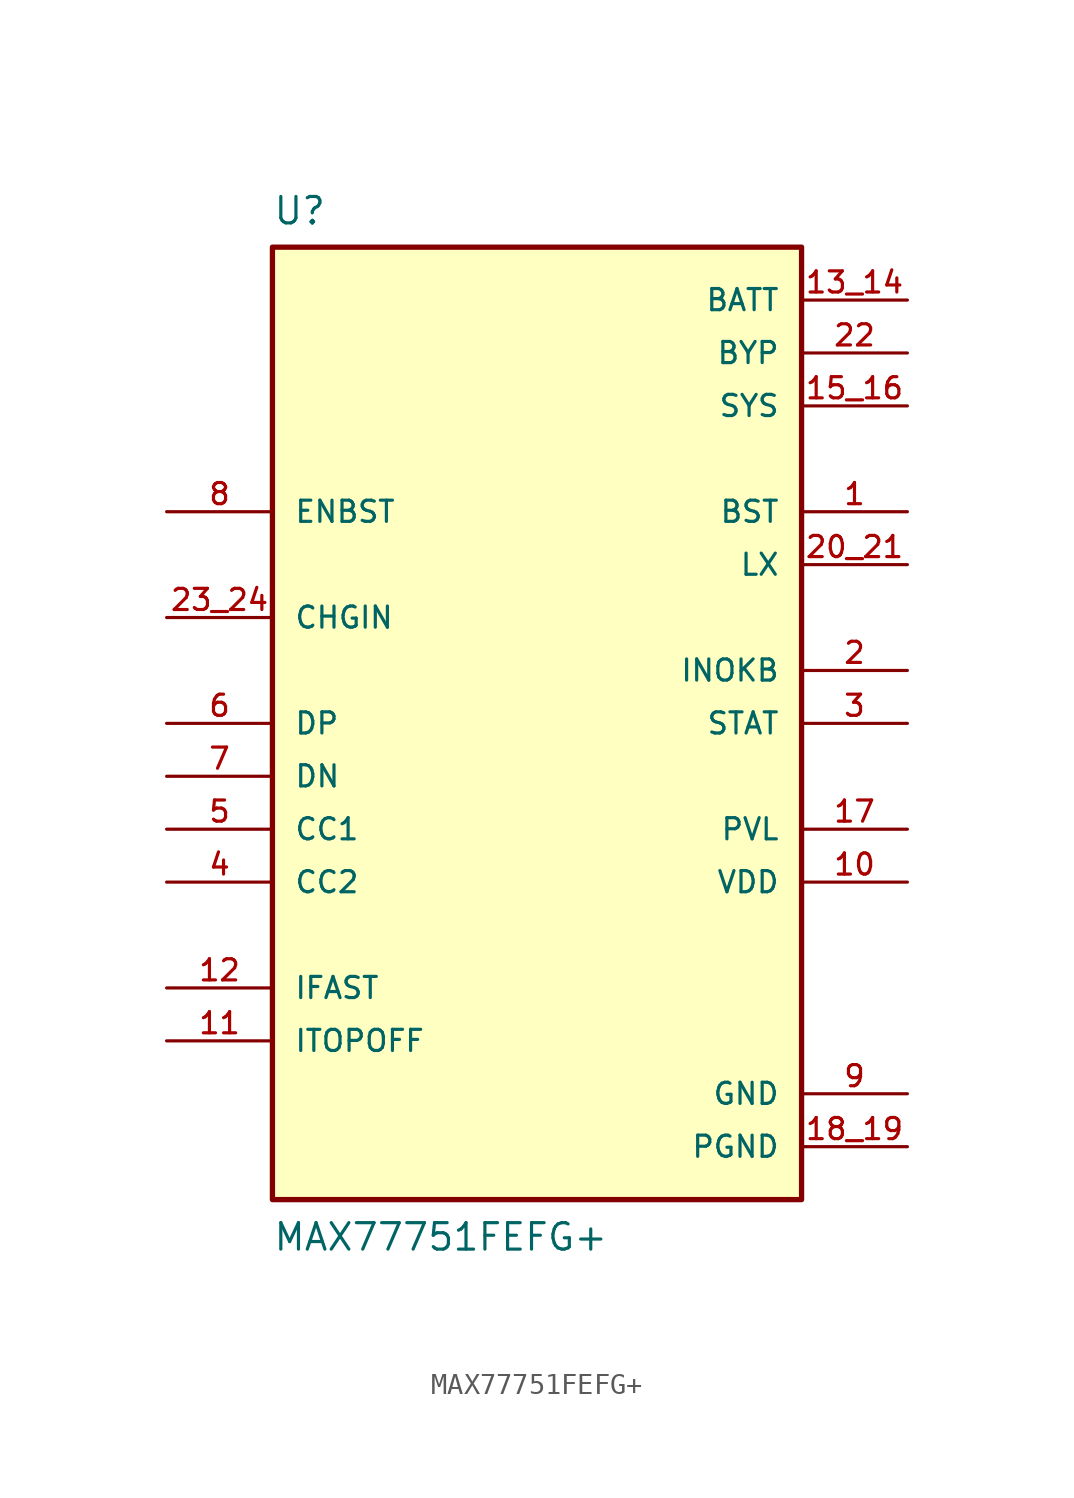
<source format=kicad_sym>
(kicad_symbol_lib
  (version 20211014)
  (generator kicad_symbol_editor)
  (symbol "MAX77751FEFG+"
    (pin_names
      (offset 1.016))
    (property "Reference" "U"
      (at -12.7 23.86 0.0)
      (effects (font (size 1.27 1.27)) (justify bottom left)))
    (property "Value" "MAX77751FEFG+"
      (at -12.7 -25.4 0.0)
      (effects (font (size 1.27 1.27)) (justify bottom left)))
    (symbol "MAX77751FEFG+_0_0"
      (rectangle (start -12.7 -22.86) (end 12.7 22.86) (stroke (width 0.254)) (fill (type background)))
      (pin input line (at -17.78 5.08 0) (length 5.08) (name "CHGIN" (effects (font (size 1.016 1.016)))) (number "23_24" (effects (font (size 1.016 1.016)))))
      (pin power_in line (at 17.78 15.24 180.0) (length 5.08) (name "SYS" (effects (font (size 1.016 1.016)))) (number "15_16" (effects (font (size 1.016 1.016)))))
      (pin passive line (at -17.78 -12.7 0) (length 5.08) (name "IFAST" (effects (font (size 1.016 1.016)))) (number "12" (effects (font (size 1.016 1.016)))))
      (pin passive line (at -17.78 -15.24 0) (length 5.08) (name "ITOPOFF" (effects (font (size 1.016 1.016)))) (number "11" (effects (font (size 1.016 1.016)))))
      (pin input line (at -17.78 10.16 0) (length 5.08) (name "ENBST" (effects (font (size 1.016 1.016)))) (number "8" (effects (font (size 1.016 1.016)))))
      (pin bidirectional line (at -17.78 -5.08 0) (length 5.08) (name "CC1" (effects (font (size 1.016 1.016)))) (number "5" (effects (font (size 1.016 1.016)))))
      (pin bidirectional line (at -17.78 -7.62 0) (length 5.08) (name "CC2" (effects (font (size 1.016 1.016)))) (number "4" (effects (font (size 1.016 1.016)))))
      (pin passive line (at 17.78 10.16 180.0) (length 5.08) (name "BST" (effects (font (size 1.016 1.016)))) (number "1" (effects (font (size 1.016 1.016)))))
      (pin passive line (at 17.78 7.62 180.0) (length 5.08) (name "LX" (effects (font (size 1.016 1.016)))) (number "20_21" (effects (font (size 1.016 1.016)))))
      (pin output line (at 17.78 -7.62 180.0) (length 5.08) (name "VDD" (effects (font (size 1.016 1.016)))) (number "10" (effects (font (size 1.016 1.016)))))
      (pin power_in line (at 17.78 17.78 180.0) (length 5.08) (name "BYP" (effects (font (size 1.016 1.016)))) (number "22" (effects (font (size 1.016 1.016)))))
      (pin output line (at 17.78 2.54 180.0) (length 5.08) (name "INOKB" (effects (font (size 1.016 1.016)))) (number "2" (effects (font (size 1.016 1.016)))))
      (pin output line (at 17.78 0.0 180.0) (length 5.08) (name "STAT" (effects (font (size 1.016 1.016)))) (number "3" (effects (font (size 1.016 1.016)))))
      (pin bidirectional line (at -17.78 0.0 0) (length 5.08) (name "DP" (effects (font (size 1.016 1.016)))) (number "6" (effects (font (size 1.016 1.016)))))
      (pin bidirectional line (at -17.78 -2.54 0) (length 5.08) (name "DN" (effects (font (size 1.016 1.016)))) (number "7" (effects (font (size 1.016 1.016)))))
      (pin output line (at 17.78 -5.08 180.0) (length 5.08) (name "PVL" (effects (font (size 1.016 1.016)))) (number "17" (effects (font (size 1.016 1.016)))))
      (pin power_in line (at 17.78 -17.78 180.0) (length 5.08) (name "GND" (effects (font (size 1.016 1.016)))) (number "9" (effects (font (size 1.016 1.016)))))
      (pin power_in line (at 17.78 -20.32 180.0) (length 5.08) (name "PGND" (effects (font (size 1.016 1.016)))) (number "18_19" (effects (font (size 1.016 1.016)))))
      (pin power_in line (at 17.78 20.32 180.0) (length 5.08) (name "BATT" (effects (font (size 1.016 1.016)))) (number "13_14" (effects (font (size 1.016 1.016))))))))
</source>
